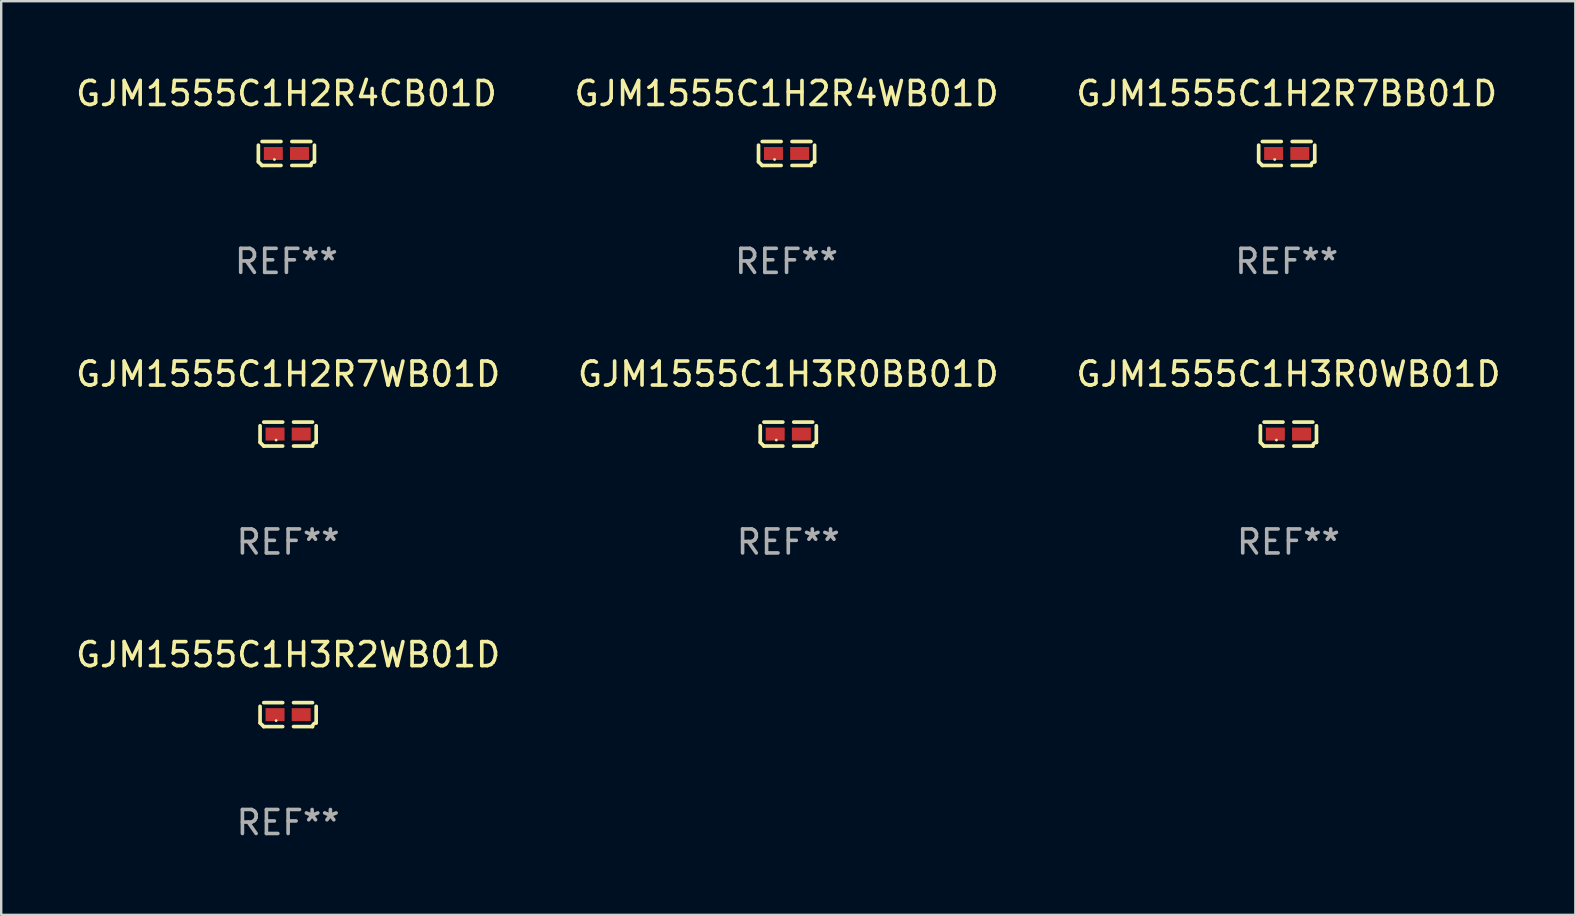
<source format=kicad_pcb>
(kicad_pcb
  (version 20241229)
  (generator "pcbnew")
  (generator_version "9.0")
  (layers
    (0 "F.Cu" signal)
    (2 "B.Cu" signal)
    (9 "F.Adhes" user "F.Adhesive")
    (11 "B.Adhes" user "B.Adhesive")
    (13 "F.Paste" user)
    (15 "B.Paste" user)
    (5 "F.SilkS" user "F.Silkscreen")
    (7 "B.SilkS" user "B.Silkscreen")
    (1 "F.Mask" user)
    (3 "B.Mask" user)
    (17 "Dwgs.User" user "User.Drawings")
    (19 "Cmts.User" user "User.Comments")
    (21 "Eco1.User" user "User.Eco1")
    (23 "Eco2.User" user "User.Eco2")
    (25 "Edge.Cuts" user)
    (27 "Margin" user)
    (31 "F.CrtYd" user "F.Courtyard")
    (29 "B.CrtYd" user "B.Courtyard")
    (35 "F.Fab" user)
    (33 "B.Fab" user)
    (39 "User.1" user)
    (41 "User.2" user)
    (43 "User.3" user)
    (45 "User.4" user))
  (footprint "GJM1555C1H2R4WB01D"
    (layer "F.Cu")
    (at 29.732 3.347)
    (property "Reference" "GJM1555C1H2R4WB01D" (at 0 -2.499 0) (layer "F.SilkS") (effects (font (size 1 1) (thickness 0.15))))
    (attr through_hole)
    (fp_line (start -1.169 0.346) (end -1.169 -0.346) (stroke (width 0.152) (type solid)) (layer "F.SilkS"))
    (fp_line (start -1.016 -0.499) (end -0.226 -0.499) (stroke (width 0.152) (type solid)) (layer "F.SilkS"))
    (fp_line (start -0.226 0.499) (end -1.016 0.499) (stroke (width 0.152) (type solid)) (layer "F.SilkS"))
    (fp_line (start 0.226 0.499) (end 1.016 0.499) (stroke (width 0.152) (type solid)) (layer "F.SilkS"))
    (fp_line (start 1.016 -0.499) (end 0.226 -0.499) (stroke (width 0.152) (type solid)) (layer "F.SilkS"))
    (fp_line (start 1.169 0.346) (end 1.169 -0.346) (stroke (width 0.152) (type solid)) (layer "F.SilkS"))
    (fp_arc (start -1.016307 0.498603) (mid -1.092512 0.422405) (end -1.16871 0.3462) (stroke (width 0.1524) (type solid)) (layer "F.SilkS"))
    (fp_arc (start 1.016307 0.498603) (mid 1.060899 0.390758) (end 1.168707 0.346076) (stroke (width 0.1524) (type solid)) (layer "F.SilkS"))
    (fp_circle (center -0.5 0.25) (end -0.47 0.25) (stroke (width 0.06) (type solid)) (fill no) (layer "F.SilkS"))
    (fp_text user "REF**" (at 0 4.499 0) (layer "F.Fab") (effects (font (size 1 1) (thickness 0.15))))
    (pad "1" smd rect (at -0.545 0) (size 0.79 0.54) (layers "F.Cu" "F.Mask" "F.Paste"))
    (pad "2" smd rect (at 0.545 0) (size 0.79 0.54) (layers "F.Cu" "F.Mask" "F.Paste")))
  (footprint "GJM1555C1H3R0WB01D"
    (layer "F.Cu")
    (at 50.649 15.041)
    (property "Reference" "GJM1555C1H3R0WB01D" (at 0 -2.499 0) (layer "F.SilkS") (effects (font (size 1 1) (thickness 0.15))))
    (attr through_hole)
    (fp_line (start -1.169 0.346) (end -1.169 -0.346) (stroke (width 0.152) (type solid)) (layer "F.SilkS"))
    (fp_line (start -1.016 -0.499) (end -0.226 -0.499) (stroke (width 0.152) (type solid)) (layer "F.SilkS"))
    (fp_line (start -0.226 0.499) (end -1.016 0.499) (stroke (width 0.152) (type solid)) (layer "F.SilkS"))
    (fp_line (start 0.226 0.499) (end 1.016 0.499) (stroke (width 0.152) (type solid)) (layer "F.SilkS"))
    (fp_line (start 1.016 -0.499) (end 0.226 -0.499) (stroke (width 0.152) (type solid)) (layer "F.SilkS"))
    (fp_line (start 1.169 0.346) (end 1.169 -0.346) (stroke (width 0.152) (type solid)) (layer "F.SilkS"))
    (fp_arc (start -1.016307 0.498603) (mid -1.092512 0.422405) (end -1.16871 0.3462) (stroke (width 0.1524) (type solid)) (layer "F.SilkS"))
    (fp_arc (start 1.016307 0.498603) (mid 1.060899 0.390758) (end 1.168707 0.346076) (stroke (width 0.1524) (type solid)) (layer "F.SilkS"))
    (fp_circle (center -0.5 0.25) (end -0.47 0.25) (stroke (width 0.06) (type solid)) (fill no) (layer "F.SilkS"))
    (fp_text user "REF**" (at 0 4.499 0) (layer "F.Fab") (effects (font (size 1 1) (thickness 0.15))))
    (pad "1" smd rect (at -0.545 0) (size 0.79 0.54) (layers "F.Cu" "F.Mask" "F.Paste"))
    (pad "2" smd rect (at 0.545 0) (size 0.79 0.54) (layers "F.Cu" "F.Mask" "F.Paste")))
  (footprint "GJM1555C1H2R4CB01D"
    (layer "F.Cu")
    (at 8.887 3.347)
    (property "Reference" "GJM1555C1H2R4CB01D" (at 0 -2.499 0) (layer "F.SilkS") (effects (font (size 1 1) (thickness 0.15))))
    (attr through_hole)
    (fp_line (start -1.169 0.346) (end -1.169 -0.346) (stroke (width 0.152) (type solid)) (layer "F.SilkS"))
    (fp_line (start -1.016 -0.499) (end -0.226 -0.499) (stroke (width 0.152) (type solid)) (layer "F.SilkS"))
    (fp_line (start -0.226 0.499) (end -1.016 0.499) (stroke (width 0.152) (type solid)) (layer "F.SilkS"))
    (fp_line (start 0.226 0.499) (end 1.016 0.499) (stroke (width 0.152) (type solid)) (layer "F.SilkS"))
    (fp_line (start 1.016 -0.499) (end 0.226 -0.499) (stroke (width 0.152) (type solid)) (layer "F.SilkS"))
    (fp_line (start 1.169 0.346) (end 1.169 -0.346) (stroke (width 0.152) (type solid)) (layer "F.SilkS"))
    (fp_arc (start -1.016307 0.498603) (mid -1.092512 0.422405) (end -1.16871 0.3462) (stroke (width 0.1524) (type solid)) (layer "F.SilkS"))
    (fp_arc (start 1.016307 0.498603) (mid 1.060899 0.390758) (end 1.168707 0.346076) (stroke (width 0.1524) (type solid)) (layer "F.SilkS"))
    (fp_circle (center -0.5 0.25) (end -0.47 0.25) (stroke (width 0.06) (type solid)) (fill no) (layer "F.SilkS"))
    (fp_text user "REF**" (at 0 4.499 0) (layer "F.Fab") (effects (font (size 1 1) (thickness 0.15))))
    (pad "1" smd rect (at -0.545 0) (size 0.79 0.54) (layers "F.Cu" "F.Mask" "F.Paste"))
    (pad "2" smd rect (at 0.545 0) (size 0.79 0.54) (layers "F.Cu" "F.Mask" "F.Paste")))
  (footprint "GJM1555C1H2R7BB01D"
    (layer "F.Cu")
    (at 50.577 3.347)
    (property "Reference" "GJM1555C1H2R7BB01D" (at 0 -2.499 0) (layer "F.SilkS") (effects (font (size 1 1) (thickness 0.15))))
    (attr through_hole)
    (fp_line (start -1.169 0.346) (end -1.169 -0.346) (stroke (width 0.152) (type solid)) (layer "F.SilkS"))
    (fp_line (start -1.016 -0.499) (end -0.226 -0.499) (stroke (width 0.152) (type solid)) (layer "F.SilkS"))
    (fp_line (start -0.226 0.499) (end -1.016 0.499) (stroke (width 0.152) (type solid)) (layer "F.SilkS"))
    (fp_line (start 0.226 0.499) (end 1.016 0.499) (stroke (width 0.152) (type solid)) (layer "F.SilkS"))
    (fp_line (start 1.016 -0.499) (end 0.226 -0.499) (stroke (width 0.152) (type solid)) (layer "F.SilkS"))
    (fp_line (start 1.169 0.346) (end 1.169 -0.346) (stroke (width 0.152) (type solid)) (layer "F.SilkS"))
    (fp_arc (start -1.016307 0.498603) (mid -1.092512 0.422405) (end -1.16871 0.3462) (stroke (width 0.1524) (type solid)) (layer "F.SilkS"))
    (fp_arc (start 1.016307 0.498603) (mid 1.060899 0.390758) (end 1.168707 0.346076) (stroke (width 0.1524) (type solid)) (layer "F.SilkS"))
    (fp_circle (center -0.5 0.25) (end -0.47 0.25) (stroke (width 0.06) (type solid)) (fill no) (layer "F.SilkS"))
    (fp_text user "REF**" (at 0 4.499 0) (layer "F.Fab") (effects (font (size 1 1) (thickness 0.15))))
    (pad "1" smd rect (at -0.545 0) (size 0.79 0.54) (layers "F.Cu" "F.Mask" "F.Paste"))
    (pad "2" smd rect (at 0.545 0) (size 0.79 0.54) (layers "F.Cu" "F.Mask" "F.Paste")))
  (footprint "GJM1555C1H2R7WB01D"
    (layer "F.Cu")
    (at 8.958 15.041)
    (property "Reference" "GJM1555C1H2R7WB01D" (at 0 -2.499 0) (layer "F.SilkS") (effects (font (size 1 1) (thickness 0.15))))
    (attr through_hole)
    (fp_line (start -1.169 0.346) (end -1.169 -0.346) (stroke (width 0.152) (type solid)) (layer "F.SilkS"))
    (fp_line (start -1.016 -0.499) (end -0.226 -0.499) (stroke (width 0.152) (type solid)) (layer "F.SilkS"))
    (fp_line (start -0.226 0.499) (end -1.016 0.499) (stroke (width 0.152) (type solid)) (layer "F.SilkS"))
    (fp_line (start 0.226 0.499) (end 1.016 0.499) (stroke (width 0.152) (type solid)) (layer "F.SilkS"))
    (fp_line (start 1.016 -0.499) (end 0.226 -0.499) (stroke (width 0.152) (type solid)) (layer "F.SilkS"))
    (fp_line (start 1.169 0.346) (end 1.169 -0.346) (stroke (width 0.152) (type solid)) (layer "F.SilkS"))
    (fp_arc (start -1.016307 0.498603) (mid -1.092512 0.422405) (end -1.16871 0.3462) (stroke (width 0.1524) (type solid)) (layer "F.SilkS"))
    (fp_arc (start 1.016307 0.498603) (mid 1.060899 0.390758) (end 1.168707 0.346076) (stroke (width 0.1524) (type solid)) (layer "F.SilkS"))
    (fp_circle (center -0.5 0.25) (end -0.47 0.25) (stroke (width 0.06) (type solid)) (fill no) (layer "F.SilkS"))
    (fp_text user "REF**" (at 0 4.499 0) (layer "F.Fab") (effects (font (size 1 1) (thickness 0.15))))
    (pad "1" smd rect (at -0.545 0) (size 0.79 0.54) (layers "F.Cu" "F.Mask" "F.Paste"))
    (pad "2" smd rect (at 0.545 0) (size 0.79 0.54) (layers "F.Cu" "F.Mask" "F.Paste")))
  (footprint "GJM1555C1H3R0BB01D"
    (layer "F.Cu")
    (at 29.804 15.041)
    (property "Reference" "GJM1555C1H3R0BB01D" (at 0 -2.499 0) (layer "F.SilkS") (effects (font (size 1 1) (thickness 0.15))))
    (attr through_hole)
    (fp_line (start -1.169 0.346) (end -1.169 -0.346) (stroke (width 0.152) (type solid)) (layer "F.SilkS"))
    (fp_line (start -1.016 -0.499) (end -0.226 -0.499) (stroke (width 0.152) (type solid)) (layer "F.SilkS"))
    (fp_line (start -0.226 0.499) (end -1.016 0.499) (stroke (width 0.152) (type solid)) (layer "F.SilkS"))
    (fp_line (start 0.226 0.499) (end 1.016 0.499) (stroke (width 0.152) (type solid)) (layer "F.SilkS"))
    (fp_line (start 1.016 -0.499) (end 0.226 -0.499) (stroke (width 0.152) (type solid)) (layer "F.SilkS"))
    (fp_line (start 1.169 0.346) (end 1.169 -0.346) (stroke (width 0.152) (type solid)) (layer "F.SilkS"))
    (fp_arc (start -1.016307 0.498603) (mid -1.092512 0.422405) (end -1.16871 0.3462) (stroke (width 0.1524) (type solid)) (layer "F.SilkS"))
    (fp_arc (start 1.016307 0.498603) (mid 1.060899 0.390758) (end 1.168707 0.346076) (stroke (width 0.1524) (type solid)) (layer "F.SilkS"))
    (fp_circle (center -0.5 0.25) (end -0.47 0.25) (stroke (width 0.06) (type solid)) (fill no) (layer "F.SilkS"))
    (fp_text user "REF**" (at 0 4.499 0) (layer "F.Fab") (effects (font (size 1 1) (thickness 0.15))))
    (pad "1" smd rect (at -0.545 0) (size 0.79 0.54) (layers "F.Cu" "F.Mask" "F.Paste"))
    (pad "2" smd rect (at 0.545 0) (size 0.79 0.54) (layers "F.Cu" "F.Mask" "F.Paste")))
  (footprint "GJM1555C1H3R2WB01D"
    (layer "F.Cu")
    (at 8.958 26.734)
    (property "Reference" "GJM1555C1H3R2WB01D" (at 0 -2.499 0) (layer "F.SilkS") (effects (font (size 1 1) (thickness 0.15))))
    (attr through_hole)
    (fp_line (start -1.169 0.346) (end -1.169 -0.346) (stroke (width 0.152) (type solid)) (layer "F.SilkS"))
    (fp_line (start -1.016 -0.499) (end -0.226 -0.499) (stroke (width 0.152) (type solid)) (layer "F.SilkS"))
    (fp_line (start -0.226 0.499) (end -1.016 0.499) (stroke (width 0.152) (type solid)) (layer "F.SilkS"))
    (fp_line (start 0.226 0.499) (end 1.016 0.499) (stroke (width 0.152) (type solid)) (layer "F.SilkS"))
    (fp_line (start 1.016 -0.499) (end 0.226 -0.499) (stroke (width 0.152) (type solid)) (layer "F.SilkS"))
    (fp_line (start 1.169 0.346) (end 1.169 -0.346) (stroke (width 0.152) (type solid)) (layer "F.SilkS"))
    (fp_arc (start -1.016307 0.498603) (mid -1.092512 0.422405) (end -1.16871 0.3462) (stroke (width 0.1524) (type solid)) (layer "F.SilkS"))
    (fp_arc (start 1.016307 0.498603) (mid 1.060899 0.390758) (end 1.168707 0.346076) (stroke (width 0.1524) (type solid)) (layer "F.SilkS"))
    (fp_circle (center -0.5 0.25) (end -0.47 0.25) (stroke (width 0.06) (type solid)) (fill no) (layer "F.SilkS"))
    (fp_text user "REF**" (at 0 4.499 0) (layer "F.Fab") (effects (font (size 1 1) (thickness 0.15))))
    (pad "1" smd rect (at -0.545 0) (size 0.79 0.54) (layers "F.Cu" "F.Mask" "F.Paste"))
    (pad "2" smd rect (at 0.545 0) (size 0.79 0.54) (layers "F.Cu" "F.Mask" "F.Paste")))
  (gr_rect
    (start -3 -3)
    (end 62.607 35.081)
    (stroke (width 0.1) (type default))
    (fill no)
    (layer "Edge.Cuts")))
</source>
